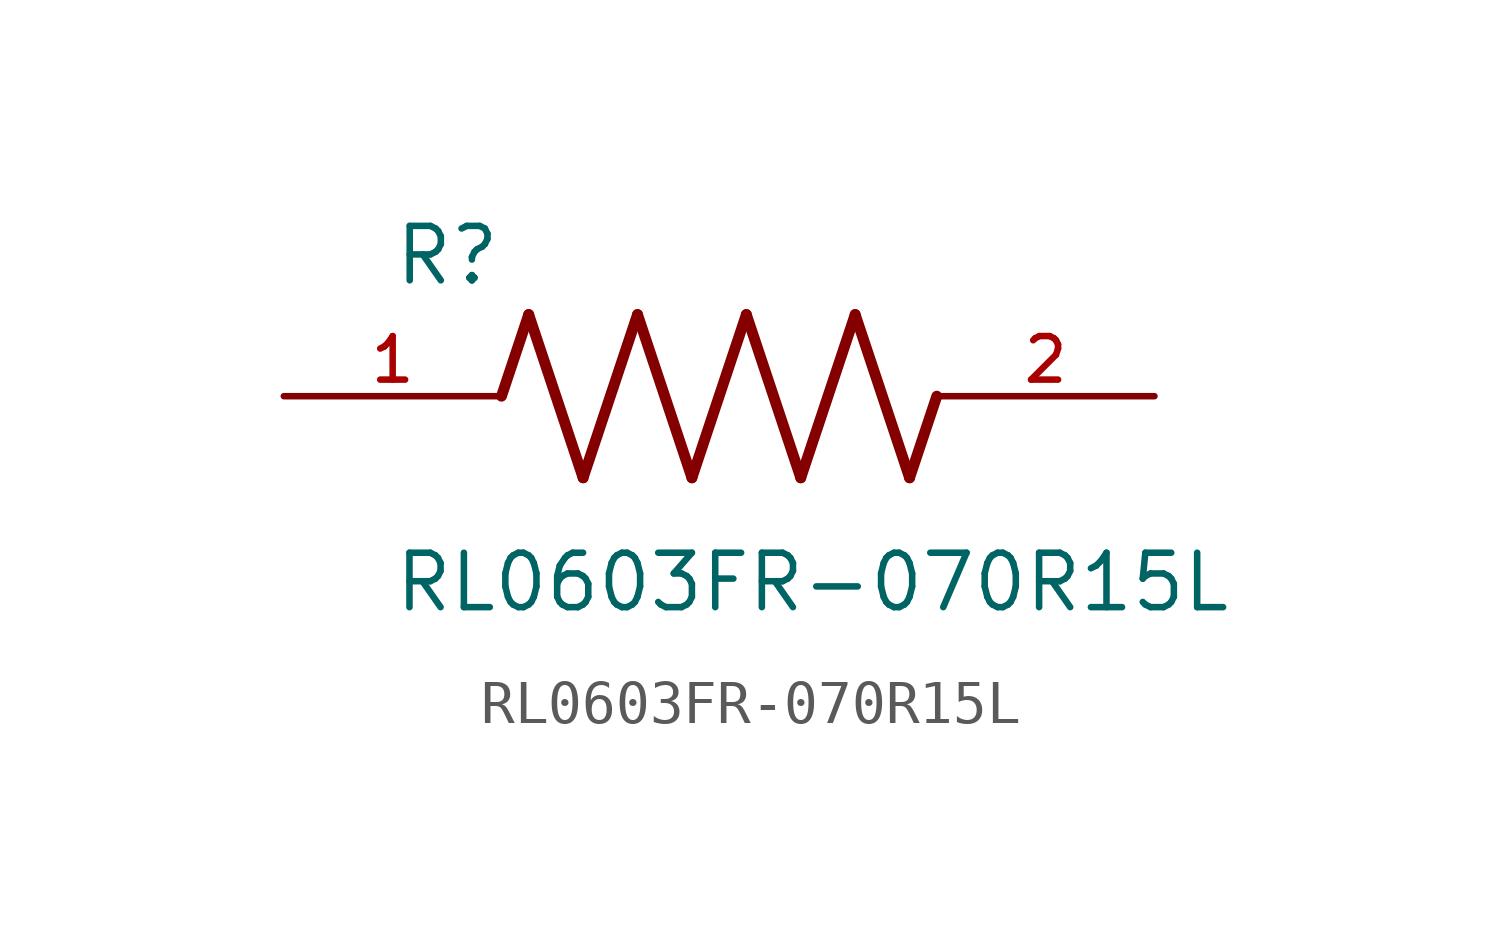
<source format=kicad_sym>
(kicad_symbol_lib
  (version 20211014)
  (generator kicad_symbol_editor)
  (symbol "RL0603FR-070R15L"
    (pin_names
      (offset 1.016))
    (property "Reference" "R"
      (at -7.624 2.541 0)
      (effects (font (size 1.27 1.27)) (justify bottom left)))
    (property "Value" "RL0603FR-070R15L"
      (at -7.63 -5.087 0)
      (effects (font (size 1.27 1.27)) (justify bottom left)))
    (symbol "RL0603FR-070R15L_0_0"
      (polyline (pts (xy -5.08 0.0) (xy -4.445 1.905)) (stroke (width 0.254)))
      (polyline (pts (xy -4.445 1.905) (xy -3.175 -1.905)) (stroke (width 0.254)))
      (polyline (pts (xy -3.175 -1.905) (xy -1.905 1.905)) (stroke (width 0.254)))
      (polyline (pts (xy -1.905 1.905) (xy -0.635 -1.905)) (stroke (width 0.254)))
      (polyline (pts (xy -0.635 -1.905) (xy 0.635 1.905)) (stroke (width 0.254)))
      (polyline (pts (xy 0.635 1.905) (xy 1.905 -1.905)) (stroke (width 0.254)))
      (polyline (pts (xy 1.905 -1.905) (xy 3.175 1.905)) (stroke (width 0.254)))
      (polyline (pts (xy 3.175 1.905) (xy 4.445 -1.905)) (stroke (width 0.254)))
      (polyline (pts (xy 4.445 -1.905) (xy 5.08 0.0)) (stroke (width 0.254)))
      (pin passive line (at -10.16 0.0 0) (length 5.08) (name "~" (effects (font (size 1.016 1.016)))) (number "1" (effects (font (size 1.016 1.016)))))
      (pin passive line (at 10.16 0.0 180.0) (length 5.08) (name "~" (effects (font (size 1.016 1.016)))) (number "2" (effects (font (size 1.016 1.016))))))))
</source>
